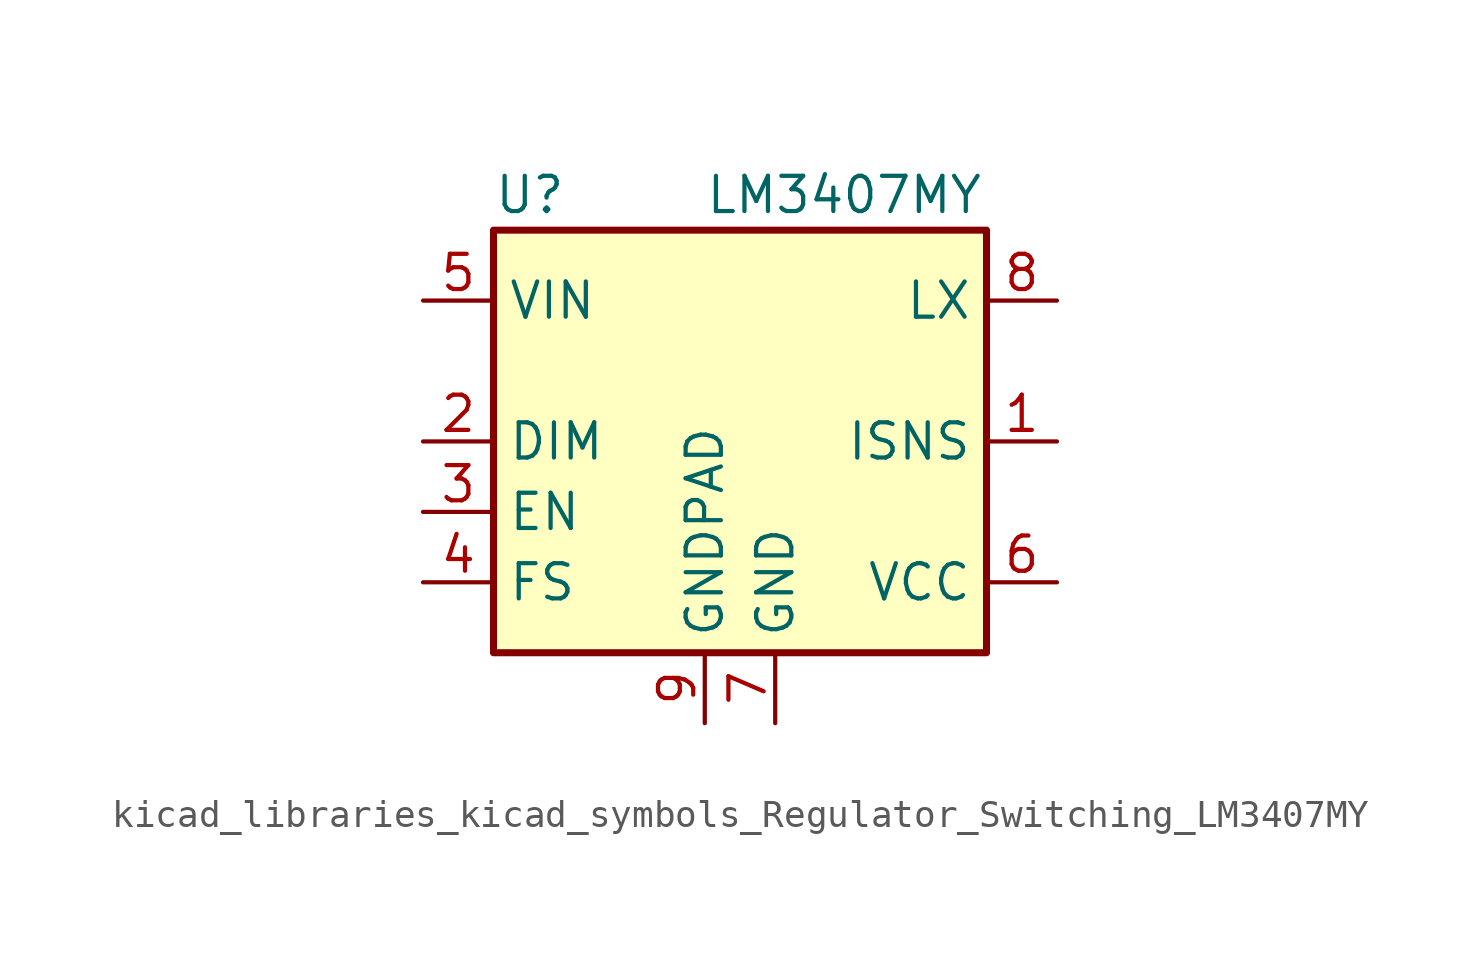
<source format=kicad_sym>
(kicad_symbol_lib
  (version 20220914)
  (generator kicad_symbol_editor)
  (symbol "kicad_libraries_kicad_symbols_Regulator_Switching_LM3407MY"
    (property "Reference" "U"
      (at -7.62 8.89 0)
      (effects (font (size 1.27 1.27)) (justify left)))
    (property "Value" "LM3407MY"
      (at 0 8.89 0)
      (effects (font (size 1.27 1.27)) (justify left)))
    (symbol "kicad_libraries_kicad_symbols_Regulator_Switching_LM3407MY_0_1"
      (rectangle (start -7.62 7.62) (end 10.16 -7.62) (stroke (width 0.254) (type default)) (fill (type background))))
    (symbol "kicad_libraries_kicad_symbols_Regulator_Switching_LM3407MY_1_1"
      (pin output line (at 12.7 0 180) (length 2.54) (name "ISNS" (effects (font (size 1.27 1.27)))) (number "1" (effects (font (size 1.27 1.27)))))
      (pin input line (at -10.16 0 0) (length 2.54) (name "DIM" (effects (font (size 1.27 1.27)))) (number "2" (effects (font (size 1.27 1.27)))))
      (pin input line (at -10.16 -2.54 0) (length 2.54) (name "EN" (effects (font (size 1.27 1.27)))) (number "3" (effects (font (size 1.27 1.27)))))
      (pin output line (at -10.16 -5.08 0) (length 2.54) (name "FS" (effects (font (size 1.27 1.27)))) (number "4" (effects (font (size 1.27 1.27)))))
      (pin power_in line (at -10.16 5.08 0) (length 2.54) (name "VIN" (effects (font (size 1.27 1.27)))) (number "5" (effects (font (size 1.27 1.27)))))
      (pin output line (at 12.7 -5.08 180) (length 2.54) (name "VCC" (effects (font (size 1.27 1.27)))) (number "6" (effects (font (size 1.27 1.27)))))
      (pin power_in line (at 2.54 -10.16 90) (length 2.54) (name "GND" (effects (font (size 1.27 1.27)))) (number "7" (effects (font (size 1.27 1.27)))))
      (pin output line (at 12.7 5.08 180) (length 2.54) (name "LX" (effects (font (size 1.27 1.27)))) (number "8" (effects (font (size 1.27 1.27)))))
      (pin power_in line (at 0 -10.16 90) (length 2.54) (name "GNDPAD" (effects (font (size 1.27 1.27)))) (number "9" (effects (font (size 1.27 1.27))))))))
</source>
